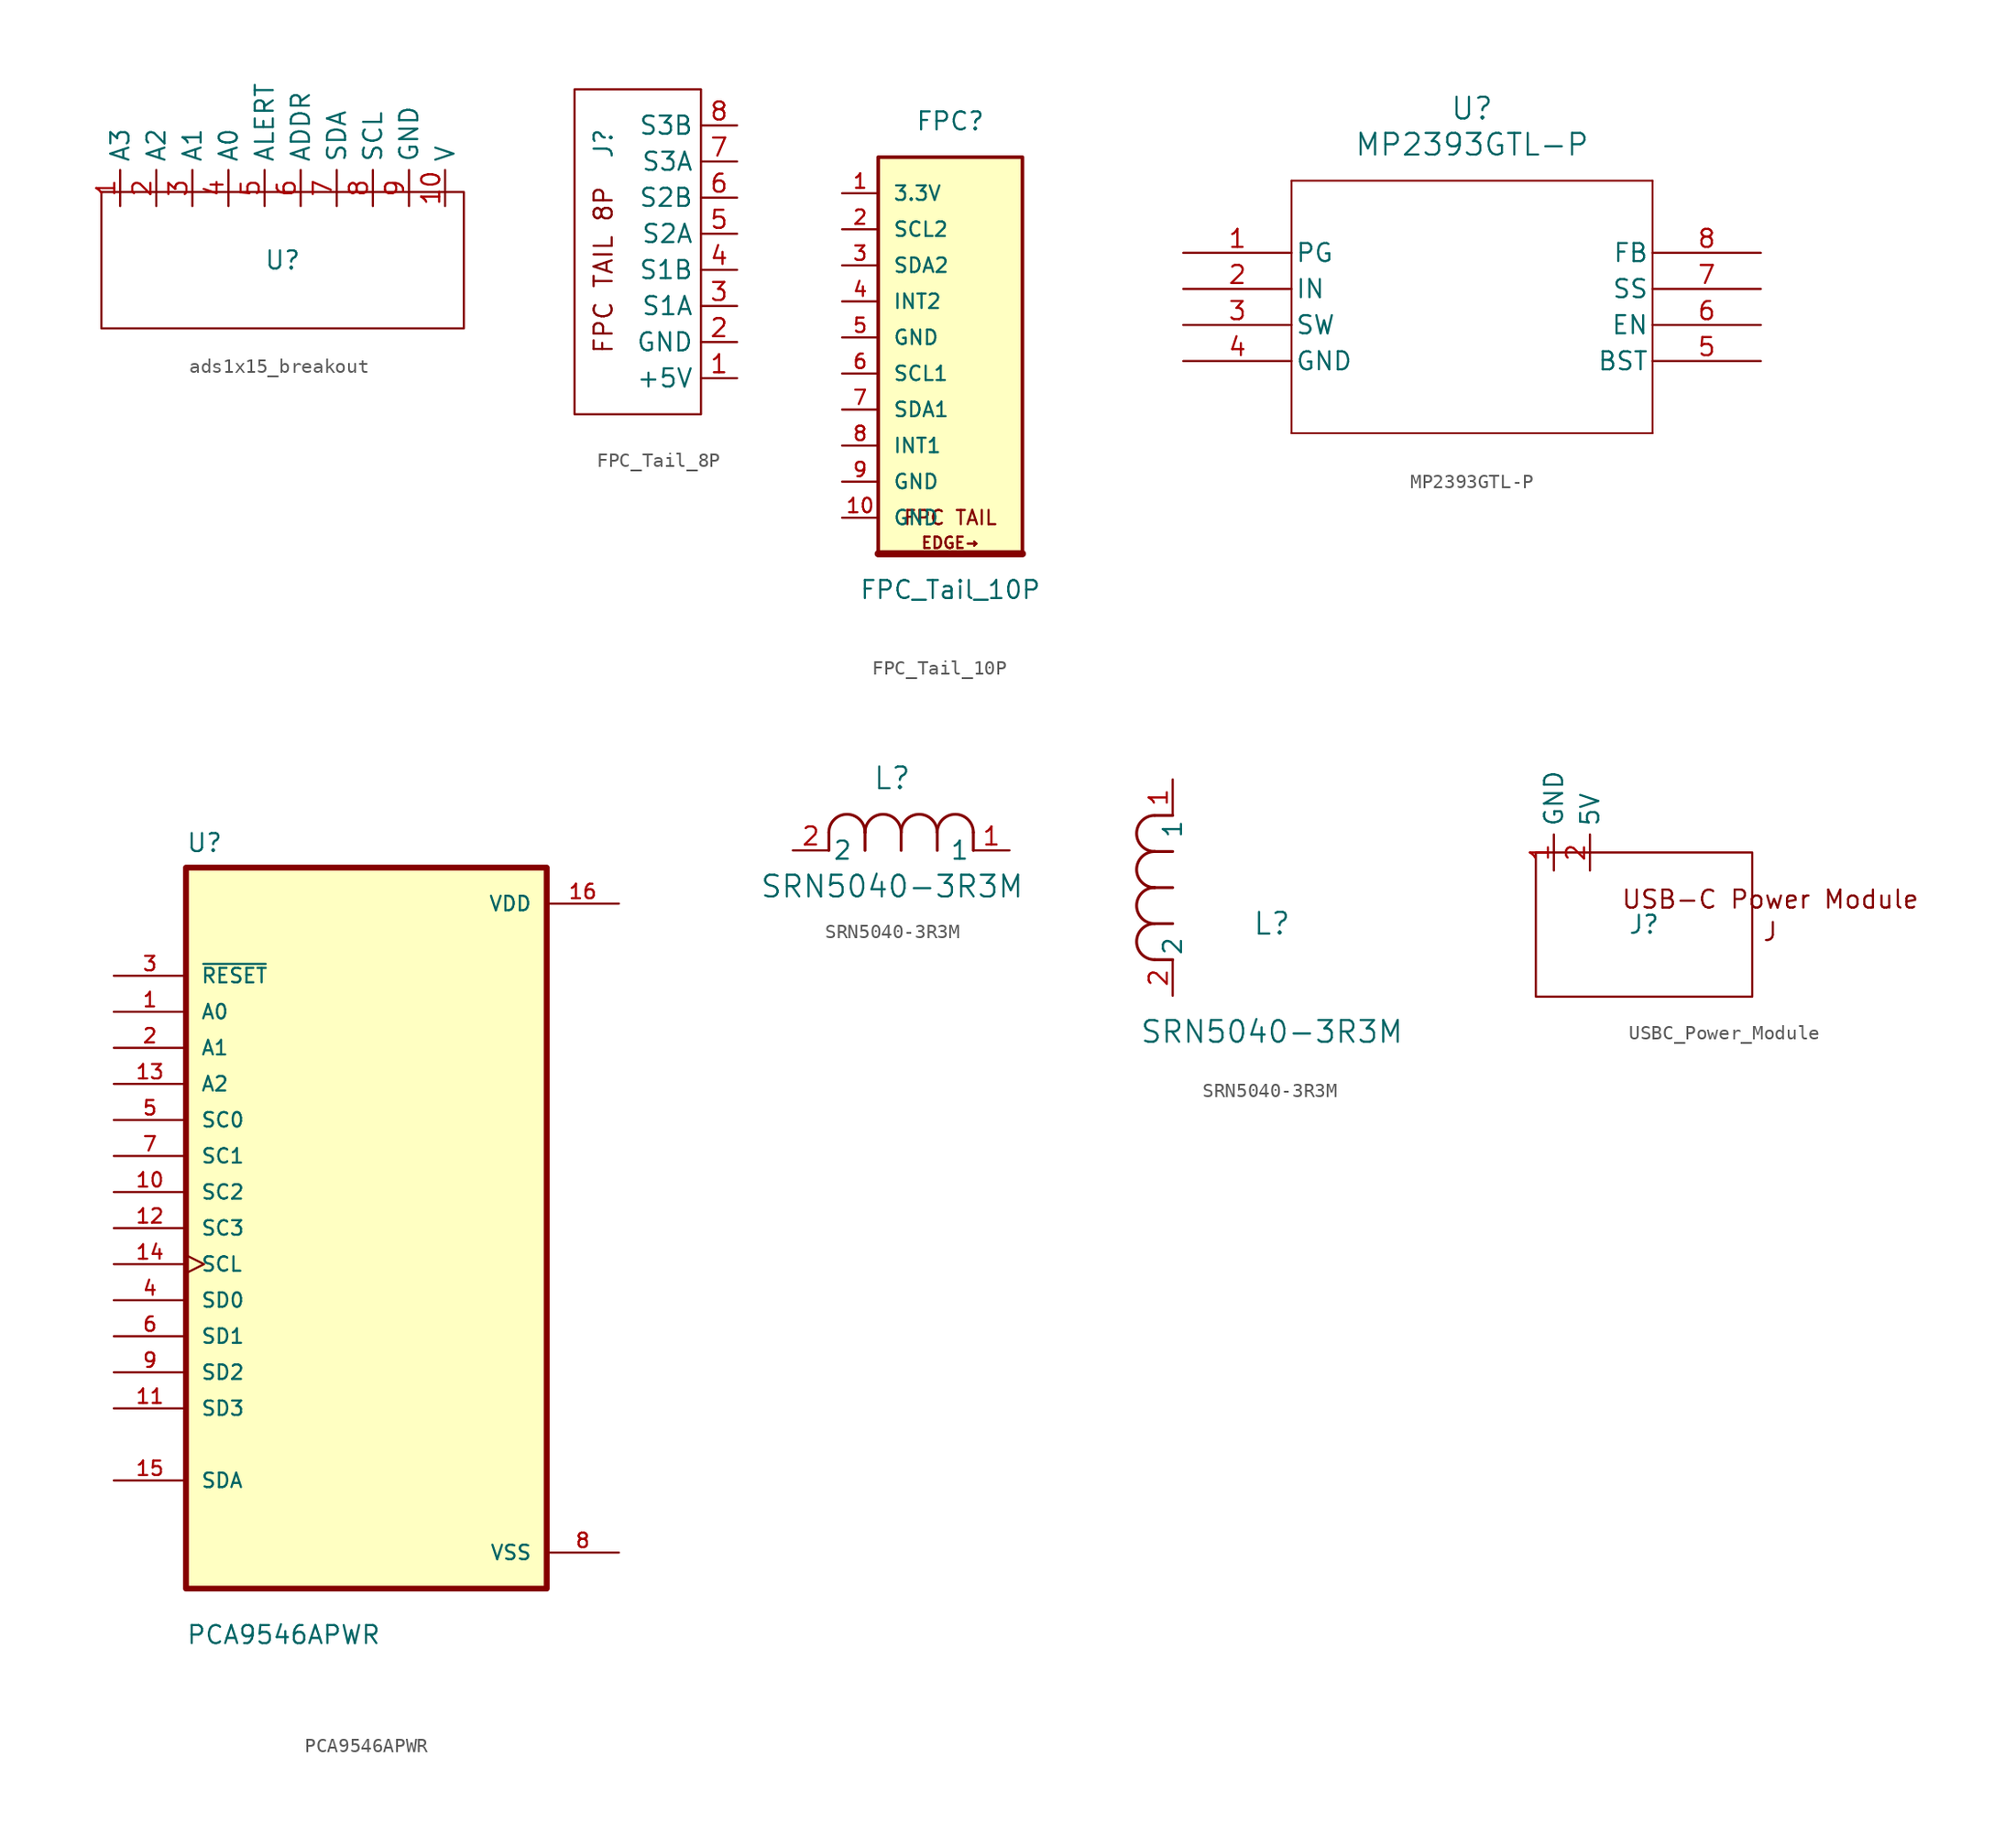
<source format=kicad_sym>
(kicad_symbol_lib
  (version 20241209)
  (generator "kicad_symbol_editor")
  (generator_version "9.0")
  (symbol "ads1x15_breakout"
    (property "Reference" "U"
      (at 0 0 0)
      (effects (font (size 1.27 1.27))))
    (property "Value" ""
      (at 0 0 0)
      (effects (font (size 1.27 1.27))))
    (symbol "ads1x15_breakout_0_1"
      (rectangle (start -12.75 4.8) (end 12.75 -4.8) (stroke (width 0) (type default)) (fill (type none))))
    (symbol "ads1x15_breakout_1_1"
      (pin input line (at -11.43 3.81 90) (length 2.54) (name "A3" (effects (font (size 1.27 1.27)))) (number "1" (effects (font (size 1.27 1.27)))))
      (pin input line (at -8.89 3.81 90) (length 2.54) (name "A2" (effects (font (size 1.27 1.27)))) (number "2" (effects (font (size 1.27 1.27)))))
      (pin input line (at -6.35 3.81 90) (length 2.54) (name "A1" (effects (font (size 1.27 1.27)))) (number "3" (effects (font (size 1.27 1.27)))))
      (pin input line (at -3.81 3.81 90) (length 2.54) (name "A0" (effects (font (size 1.27 1.27)))) (number "4" (effects (font (size 1.27 1.27)))))
      (pin input line (at -1.27 3.81 90) (length 2.54) (name "ALERT" (effects (font (size 1.27 1.27)))) (number "5" (effects (font (size 1.27 1.27)))))
      (pin input line (at 1.27 3.81 90) (length 2.54) (name "ADDR" (effects (font (size 1.27 1.27)))) (number "6" (effects (font (size 1.27 1.27)))))
      (pin input line (at 3.81 3.81 90) (length 2.54) (name "SDA" (effects (font (size 1.27 1.27)))) (number "7" (effects (font (size 1.27 1.27)))))
      (pin input line (at 6.35 3.81 90) (length 2.54) (name "SCL" (effects (font (size 1.27 1.27)))) (number "8" (effects (font (size 1.27 1.27)))))
      (pin input line (at 8.89 3.81 90) (length 2.54) (name "GND" (effects (font (size 1.27 1.27)))) (number "9" (effects (font (size 1.27 1.27)))))
      (pin input line (at 11.43 3.81 90) (length 2.54) (name "V" (effects (font (size 1.27 1.27)))) (number "10" (effects (font (size 1.27 1.27)))))))
  (symbol "FPC_Tail_8P"
    (property "Reference" "J"
      (at -5.588 7.62 90)
      (effects (font (size 1.27 1.27))))
    (property "Value" ""
      (at 0 0 0)
      (effects (font (size 1.27 1.27))))
    (symbol "FPC_Tail_8P_0_1"
      (rectangle (start -7.62 11.43) (end 1.27 -11.43) (stroke (width 0) (type default)) (fill (type none))))
    (symbol "FPC_Tail_8P_1_1"
      (text "FPC TAIL 8P" (at -5.588 -1.27 900) (effects (font (size 1.27 1.27))))
      (pin passive line (at 3.81 8.89 180) (length 2.54) (name "S3B" (effects (font (size 1.27 1.27)))) (number "8" (effects (font (size 1.27 1.27)))))
      (pin passive line (at 3.81 6.35 180) (length 2.54) (name "S3A" (effects (font (size 1.27 1.27)))) (number "7" (effects (font (size 1.27 1.27)))))
      (pin passive line (at 3.81 3.81 180) (length 2.54) (name "S2B" (effects (font (size 1.27 1.27)))) (number "6" (effects (font (size 1.27 1.27)))))
      (pin passive line (at 3.81 1.27 180) (length 2.54) (name "S2A" (effects (font (size 1.27 1.27)))) (number "5" (effects (font (size 1.27 1.27)))))
      (pin passive line (at 3.81 -1.27 180) (length 2.54) (name "S1B" (effects (font (size 1.27 1.27)))) (number "4" (effects (font (size 1.27 1.27)))))
      (pin passive line (at 3.81 -3.81 180) (length 2.54) (name "S1A" (effects (font (size 1.27 1.27)))) (number "3" (effects (font (size 1.27 1.27)))))
      (pin power_in line (at 3.81 -6.35 180) (length 2.54) (name "GND" (effects (font (size 1.27 1.27)))) (number "2" (effects (font (size 1.27 1.27)))))
      (pin power_in line (at 3.81 -8.89 180) (length 2.54) (name "+5V" (effects (font (size 1.27 1.27)))) (number "1" (effects (font (size 1.27 1.27)))))))
  (symbol "FPC_Tail_10P"
    (pin_names
      (offset 1.016))
    (property "Reference" "FPC"
      (at 0 16.51 0)
      (effects (font (size 1.27 1.27))))
    (property "Value" "FPC_Tail_10P"
      (at 0 -16.51 0)
      (effects (font (size 1.27 1.27))))
    (symbol "FPC_Tail_10P_0_1"
      (rectangle (start -5.08 13.97) (end 5.08 -13.97) (stroke (width 0.254) (type default)) (fill (type background)))
      (polyline (pts (xy -5.08 -13.97) (xy 5.08 -13.97)) (stroke (width 0.5) (type default)) (fill (type none)))
      (text "FPC TAIL" (at 0 -11.43 0) (effects (font (size 1 1))))
      (text "EDGE→" (at 0 -13.2 0) (effects (font (size 0.8 0.8)))))
    (symbol "FPC_Tail_10P_1_1"
      (pin power_out line (at -7.62 11.43 0) (length 2.54) (name "3.3V" (effects (font (size 1.016 1.016)))) (number "1" (effects (font (size 1.016 1.016)))))
      (pin bidirectional line (at -7.62 8.89 0) (length 2.54) (name "SCL2" (effects (font (size 1.016 1.016)))) (number "2" (effects (font (size 1.016 1.016)))))
      (pin bidirectional line (at -7.62 6.35 0) (length 2.54) (name "SDA2" (effects (font (size 1.016 1.016)))) (number "3" (effects (font (size 1.016 1.016)))))
      (pin output line (at -7.62 3.81 0) (length 2.54) (name "INT2" (effects (font (size 1.016 1.016)))) (number "4" (effects (font (size 1.016 1.016)))))
      (pin power_out line (at -7.62 1.27 0) (length 2.54) (name "GND" (effects (font (size 1.016 1.016)))) (number "5" (effects (font (size 1.016 1.016)))))
      (pin bidirectional line (at -7.62 -1.27 0) (length 2.54) (name "SCL1" (effects (font (size 1.016 1.016)))) (number "6" (effects (font (size 1.016 1.016)))))
      (pin bidirectional line (at -7.62 -3.81 0) (length 2.54) (name "SDA1" (effects (font (size 1.016 1.016)))) (number "7" (effects (font (size 1.016 1.016)))))
      (pin output line (at -7.62 -6.35 0) (length 2.54) (name "INT1" (effects (font (size 1.016 1.016)))) (number "8" (effects (font (size 1.016 1.016)))))
      (pin power_out line (at -7.62 -8.89 0) (length 2.54) (name "GND" (effects (font (size 1.016 1.016)))) (number "9" (effects (font (size 1.016 1.016)))))
      (pin open_collector line (at -7.62 -11.43 0) (length 2.54) (name "GND" (effects (font (size 1.016 1.016)))) (number "10" (effects (font (size 1.016 1.016)))))))
  (symbol "MP2393GTL-P"
    (pin_names
      (offset 0.254))
    (property "Reference" "U"
      (at 20.32 10.16 0)
      (effects (font (size 1.524 1.524))))
    (property "Value" "MP2393GTL-P"
      (at 20.32 7.62 0)
      (effects (font (size 1.524 1.524))))
    (property "ki_locked" ""
      (at 0 0 0)
      (effects (font (size 1.27 1.27))))
    (symbol "MP2393GTL-P_0_1"
      (polyline (pts (xy 7.62 5.08) (xy 7.62 -12.7)) (stroke (width 0.127) (type default)) (fill (type none)))
      (polyline (pts (xy 7.62 -12.7) (xy 33.02 -12.7)) (stroke (width 0.127) (type default)) (fill (type none)))
      (polyline (pts (xy 33.02 5.08) (xy 7.62 5.08)) (stroke (width 0.127) (type default)) (fill (type none)))
      (polyline (pts (xy 33.02 -12.7) (xy 33.02 5.08)) (stroke (width 0.127) (type default)) (fill (type none)))
      (pin output line (at 0 0 0) (length 7.62) (name "PG" (effects (font (size 1.27 1.27)))) (number "1" (effects (font (size 1.27 1.27)))))
      (pin power_in line (at 0 -2.54 0) (length 7.62) (name "IN" (effects (font (size 1.27 1.27)))) (number "2" (effects (font (size 1.27 1.27)))))
      (pin output line (at 0 -5.08 0) (length 7.62) (name "SW" (effects (font (size 1.27 1.27)))) (number "3" (effects (font (size 1.27 1.27)))))
      (pin power_in line (at 0 -7.62 0) (length 7.62) (name "GND" (effects (font (size 1.27 1.27)))) (number "4" (effects (font (size 1.27 1.27)))))
      (pin unspecified line (at 40.64 0 180) (length 7.62) (name "FB" (effects (font (size 1.27 1.27)))) (number "8" (effects (font (size 1.27 1.27)))))
      (pin unspecified line (at 40.64 -2.54 180) (length 7.62) (name "SS" (effects (font (size 1.27 1.27)))) (number "7" (effects (font (size 1.27 1.27)))))
      (pin unspecified line (at 40.64 -5.08 180) (length 7.62) (name "EN" (effects (font (size 1.27 1.27)))) (number "6" (effects (font (size 1.27 1.27)))))
      (pin power_in line (at 40.64 -7.62 180) (length 7.62) (name "BST" (effects (font (size 1.27 1.27)))) (number "5" (effects (font (size 1.27 1.27)))))))
  (symbol "PCA9546APWR"
    (pin_names
      (offset 1.016))
    (property "Reference" "U"
      (at -12.7 26.4 0)
      (effects (font (size 1.27 1.27)) (justify left bottom)))
    (property "Value" "PCA9546APWR"
      (at -12.7 -29.4 0)
      (effects (font (size 1.27 1.27)) (justify left bottom)))
    (symbol "PCA9546APWR_0_0"
      (rectangle (start -12.7 -25.4) (end 12.7 25.4) (stroke (width 0.41) (type default)) (fill (type background)))
      (pin input line (at -17.78 17.78 0) (length 5.08) (name "~{RESET}" (effects (font (size 1.016 1.016)))) (number "3" (effects (font (size 1.016 1.016)))))
      (pin input line (at -17.78 15.24 0) (length 5.08) (name "A0" (effects (font (size 1.016 1.016)))) (number "1" (effects (font (size 1.016 1.016)))))
      (pin input line (at -17.78 12.7 0) (length 5.08) (name "A1" (effects (font (size 1.016 1.016)))) (number "2" (effects (font (size 1.016 1.016)))))
      (pin input line (at -17.78 10.16 0) (length 5.08) (name "A2" (effects (font (size 1.016 1.016)))) (number "13" (effects (font (size 1.016 1.016)))))
      (pin input line (at -17.78 7.62 0) (length 5.08) (name "SC0" (effects (font (size 1.016 1.016)))) (number "5" (effects (font (size 1.016 1.016)))))
      (pin input line (at -17.78 5.08 0) (length 5.08) (name "SC1" (effects (font (size 1.016 1.016)))) (number "7" (effects (font (size 1.016 1.016)))))
      (pin input line (at -17.78 2.54 0) (length 5.08) (name "SC2" (effects (font (size 1.016 1.016)))) (number "10" (effects (font (size 1.016 1.016)))))
      (pin input line (at -17.78 0 0) (length 5.08) (name "SC3" (effects (font (size 1.016 1.016)))) (number "12" (effects (font (size 1.016 1.016)))))
      (pin input clock (at -17.78 -2.54 0) (length 5.08) (name "SCL" (effects (font (size 1.016 1.016)))) (number "14" (effects (font (size 1.016 1.016)))))
      (pin input line (at -17.78 -5.08 0) (length 5.08) (name "SD0" (effects (font (size 1.016 1.016)))) (number "4" (effects (font (size 1.016 1.016)))))
      (pin input line (at -17.78 -7.62 0) (length 5.08) (name "SD1" (effects (font (size 1.016 1.016)))) (number "6" (effects (font (size 1.016 1.016)))))
      (pin input line (at -17.78 -10.16 0) (length 5.08) (name "SD2" (effects (font (size 1.016 1.016)))) (number "9" (effects (font (size 1.016 1.016)))))
      (pin input line (at -17.78 -12.7 0) (length 5.08) (name "SD3" (effects (font (size 1.016 1.016)))) (number "11" (effects (font (size 1.016 1.016)))))
      (pin bidirectional line (at -17.78 -17.78 0) (length 5.08) (name "SDA" (effects (font (size 1.016 1.016)))) (number "15" (effects (font (size 1.016 1.016)))))
      (pin power_in line (at 17.78 22.86 180) (length 5.08) (name "VDD" (effects (font (size 1.016 1.016)))) (number "16" (effects (font (size 1.016 1.016)))))
      (pin power_in line (at 17.78 -22.86 180) (length 5.08) (name "VSS" (effects (font (size 1.016 1.016)))) (number "8" (effects (font (size 1.016 1.016)))))))
  (symbol "SRN5040-3R3M"
    (pin_names
      (offset 0.254))
    (property "Reference" "L"
      (at 6.985 5.08 0)
      (effects (font (size 1.524 1.524))))
    (property "Value" "SRN5040-3R3M"
      (at 6.985 -2.54 0)
      (effects (font (size 1.524 1.524))))
    (property "ki_locked" ""
      (at 0 0 0)
      (effects (font (size 1.27 1.27))))
    (symbol "SRN5040-3R3M_1_1"
      (polyline (pts (xy 2.54 0) (xy 2.54 1.27)) (stroke (width 0.203) (type default)) (fill (type none)))
      (arc (start 2.54 1.27) (mid 3.81 2.5344) (end 5.08 1.27) (stroke (width 0.2032) (type default)) (fill (type none)))
      (polyline (pts (xy 5.08 0) (xy 5.08 1.27)) (stroke (width 0.203) (type default)) (fill (type none)))
      (arc (start 5.08 1.27) (mid 6.35 2.5344) (end 7.62 1.27) (stroke (width 0.2032) (type default)) (fill (type none)))
      (polyline (pts (xy 7.62 0) (xy 7.62 1.27)) (stroke (width 0.203) (type default)) (fill (type none)))
      (arc (start 7.62 1.27) (mid 8.89 2.5344) (end 10.16 1.27) (stroke (width 0.2032) (type default)) (fill (type none)))
      (polyline (pts (xy 10.16 0) (xy 10.16 1.27)) (stroke (width 0.203) (type default)) (fill (type none)))
      (arc (start 10.16 1.27) (mid 11.43 2.5344) (end 12.7 1.27) (stroke (width 0.2032) (type default)) (fill (type none)))
      (polyline (pts (xy 12.7 0) (xy 12.7 1.27)) (stroke (width 0.203) (type default)) (fill (type none)))
      (pin unspecified line (at 0 0 0) (length 2.54) (name "2" (effects (font (size 1.27 1.27)))) (number "2" (effects (font (size 1.27 1.27)))))
      (pin unspecified line (at 15.24 0 180) (length 2.54) (name "1" (effects (font (size 1.27 1.27)))) (number "1" (effects (font (size 1.27 1.27))))))
    (symbol "SRN5040-3R3M_1_2"
      (arc (start -1.27 10.16) (mid -2.5344 11.43) (end -1.27 12.7) (stroke (width 0.2032) (type default)) (fill (type none)))
      (arc (start -1.27 7.62) (mid -2.5344 8.89) (end -1.27 10.16) (stroke (width 0.2032) (type default)) (fill (type none)))
      (arc (start -1.27 5.08) (mid -2.5344 6.35) (end -1.27 7.62) (stroke (width 0.2032) (type default)) (fill (type none)))
      (arc (start -1.27 2.54) (mid -2.5344 3.81) (end -1.27 5.08) (stroke (width 0.2032) (type default)) (fill (type none)))
      (polyline (pts (xy 0 12.7) (xy -1.27 12.7)) (stroke (width 0.203) (type default)) (fill (type none)))
      (polyline (pts (xy 0 10.16) (xy -1.27 10.16)) (stroke (width 0.203) (type default)) (fill (type none)))
      (polyline (pts (xy 0 7.62) (xy -1.27 7.62)) (stroke (width 0.203) (type default)) (fill (type none)))
      (polyline (pts (xy 0 5.08) (xy -1.27 5.08)) (stroke (width 0.203) (type default)) (fill (type none)))
      (polyline (pts (xy 0 2.54) (xy -1.27 2.54)) (stroke (width 0.203) (type default)) (fill (type none)))
      (pin unspecified line (at 0 15.24 270) (length 2.54) (name "1" (effects (font (size 1.27 1.27)))) (number "1" (effects (font (size 1.27 1.27)))))
      (pin unspecified line (at 0 0 90) (length 2.54) (name "2" (effects (font (size 1.27 1.27)))) (number "2" (effects (font (size 1.27 1.27)))))))
  (symbol "USBC_Power_Module"
    (property "Reference" "J"
      (at 0 0 0)
      (effects (font (size 1.27 1.27))))
    (property "Value" ""
      (at 0 0 0)
      (effects (font (size 1.27 1.27))))
    (symbol "USBC_Power_Module_0_1"
      (rectangle (start -7.62 5.08) (end 7.62 -5.08) (stroke (width 0) (type default)) (fill (type none))))
    (symbol "USBC_Power_Module_1_1"
      (text "${VALUE}" (at 8.636 -2.54 0) (effects (font (size 1.27 1.27))))
      (text "USB-C Power Module" (at 8.89 1.778 0) (effects (font (size 1.27 1.27))))
      (text "${REFERENCE}" (at 8.89 -0.508 0) (effects (font (size 1.27 1.27))))
      (pin passive line (at -6.35 3.81 90) (length 2.54) (name "GND" (effects (font (size 1.27 1.27)))) (number "1" (effects (font (size 1.27 1.27)))))
      (pin power_out line (at -3.81 3.81 90) (length 2.54) (name "5V" (effects (font (size 1.27 1.27)))) (number "2" (effects (font (size 1.27 1.27))))))))
</source>
